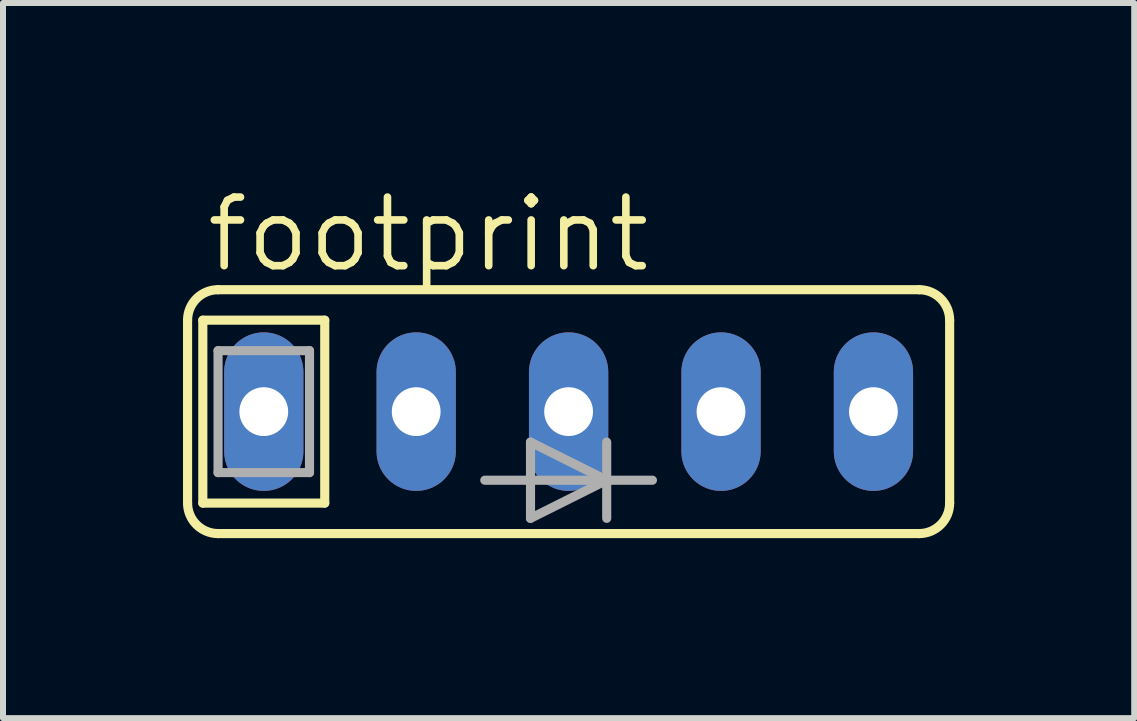
<source format=kicad_pcb>
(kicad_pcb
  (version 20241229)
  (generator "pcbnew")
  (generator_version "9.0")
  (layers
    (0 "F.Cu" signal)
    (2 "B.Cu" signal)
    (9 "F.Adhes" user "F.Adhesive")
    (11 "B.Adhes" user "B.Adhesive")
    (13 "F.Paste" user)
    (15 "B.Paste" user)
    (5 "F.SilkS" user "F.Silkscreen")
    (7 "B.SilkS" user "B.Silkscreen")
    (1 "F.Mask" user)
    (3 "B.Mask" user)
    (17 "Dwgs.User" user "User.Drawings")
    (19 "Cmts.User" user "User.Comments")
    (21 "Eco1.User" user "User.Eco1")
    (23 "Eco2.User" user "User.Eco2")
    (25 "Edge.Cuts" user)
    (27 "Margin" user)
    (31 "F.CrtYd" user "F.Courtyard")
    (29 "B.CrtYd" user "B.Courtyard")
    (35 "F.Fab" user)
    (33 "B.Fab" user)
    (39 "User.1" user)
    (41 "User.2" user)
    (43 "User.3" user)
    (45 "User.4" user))
  (footprint "footprint"
    (layer "F.Cu")
    (at 6.426 3.81)
    (property "Reference" "footprint" (at -6.096 -2.286 0) (layer "F.SilkS") (effects (font (size 1.143 1.143) (thickness 0.127)) (justify left bottom)))
    (fp_line (start -6.35 1.524) (end -6.35 -1.524) (stroke (width 0.152) (type solid)) (layer "F.SilkS"))
    (fp_line (start -6.096 -1.524) (end -6.096 1.524) (stroke (width 0.152) (type solid)) (layer "F.SilkS"))
    (fp_line (start -4.064 -1.524) (end -6.096 -1.524) (stroke (width 0.152) (type solid)) (layer "F.SilkS"))
    (fp_line (start -4.064 -1.524) (end -4.064 1.524) (stroke (width 0.152) (type solid)) (layer "F.SilkS"))
    (fp_line (start -4.064 1.524) (end -6.096 1.524) (stroke (width 0.152) (type solid)) (layer "F.SilkS"))
    (fp_line (start 5.842 -2.032) (end -5.842 -2.032) (stroke (width 0.152) (type solid)) (layer "F.SilkS"))
    (fp_line (start 5.842 2.032) (end -5.842 2.032) (stroke (width 0.152) (type solid)) (layer "F.SilkS"))
    (fp_line (start 6.35 1.524) (end 6.35 -1.524) (stroke (width 0.152) (type solid)) (layer "F.SilkS"))
    (fp_arc (start -6.35 -1.524) (mid -6.20121 -1.88321) (end -5.842 -2.032) (stroke (width 0.1524) (type solid)) (layer "F.SilkS"))
    (fp_arc (start -5.842 2.032) (mid -6.20121 1.88321) (end -6.35 1.524) (stroke (width 0.1524) (type solid)) (layer "F.SilkS"))
    (fp_arc (start 5.842 -2.032) (mid 6.20121 -1.88321) (end 6.35 -1.524) (stroke (width 0.1524) (type solid)) (layer "F.SilkS"))
    (fp_arc (start 6.35 1.524) (mid 6.20121 1.88321) (end 5.842 2.032) (stroke (width 0.1524) (type solid)) (layer "F.SilkS"))
    (fp_line (start -5.842 -1.016) (end -4.318 -1.016) (stroke (width 0.152) (type solid)) (layer "F.Fab"))
    (fp_line (start -5.842 1.016) (end -5.842 -1.016) (stroke (width 0.152) (type solid)) (layer "F.Fab"))
    (fp_line (start -4.318 -1.016) (end -4.318 1.016) (stroke (width 0.152) (type solid)) (layer "F.Fab"))
    (fp_line (start -4.318 1.016) (end -5.842 1.016) (stroke (width 0.152) (type solid)) (layer "F.Fab"))
    (fp_line (start -1.397 1.143) (end -0.635 1.143) (stroke (width 0.152) (type solid)) (layer "F.Fab"))
    (fp_line (start -0.635 0.508) (end 0.635 1.143) (stroke (width 0.152) (type solid)) (layer "F.Fab"))
    (fp_line (start -0.635 1.143) (end -0.635 0.508) (stroke (width 0.152) (type solid)) (layer "F.Fab"))
    (fp_line (start -0.635 1.143) (end 0.635 1.143) (stroke (width 0.152) (type solid)) (layer "F.Fab"))
    (fp_line (start -0.635 1.778) (end -0.635 1.143) (stroke (width 0.152) (type solid)) (layer "F.Fab"))
    (fp_line (start 0.635 0.508) (end 0.635 1.143) (stroke (width 0.152) (type solid)) (layer "F.Fab"))
    (fp_line (start 0.635 1.143) (end -0.635 1.778) (stroke (width 0.152) (type solid)) (layer "F.Fab"))
    (fp_line (start 0.635 1.143) (end 0.635 1.778) (stroke (width 0.152) (type solid)) (layer "F.Fab"))
    (fp_line (start 1.397 1.143) (end 0.635 1.143) (stroke (width 0.152) (type solid)) (layer "F.Fab"))
    (pad "1" thru_hole oval (at -5.08 0 90) (size 2.642 1.321) (drill 0.813) (layers "*.Cu" "*.Mask"))
    (pad "2" thru_hole oval (at -2.54 0 90) (size 2.642 1.321) (drill 0.813) (layers "*.Cu" "*.Mask"))
    (pad "3" thru_hole oval (at 0 0 90) (size 2.642 1.321) (drill 0.813) (layers "*.Cu" "*.Mask"))
    (pad "4" thru_hole oval (at 2.54 0 90) (size 2.642 1.321) (drill 0.813) (layers "*.Cu" "*.Mask"))
    (pad "5" thru_hole oval (at 5.08 0 90) (size 2.642 1.321) (drill 0.813) (layers "*.Cu" "*.Mask")))
  (gr_rect
    (start -3 -3)
    (end 15.852 8.918)
    (stroke (width 0.1) (type default))
    (fill no)
    (layer "Edge.Cuts")))
</source>
